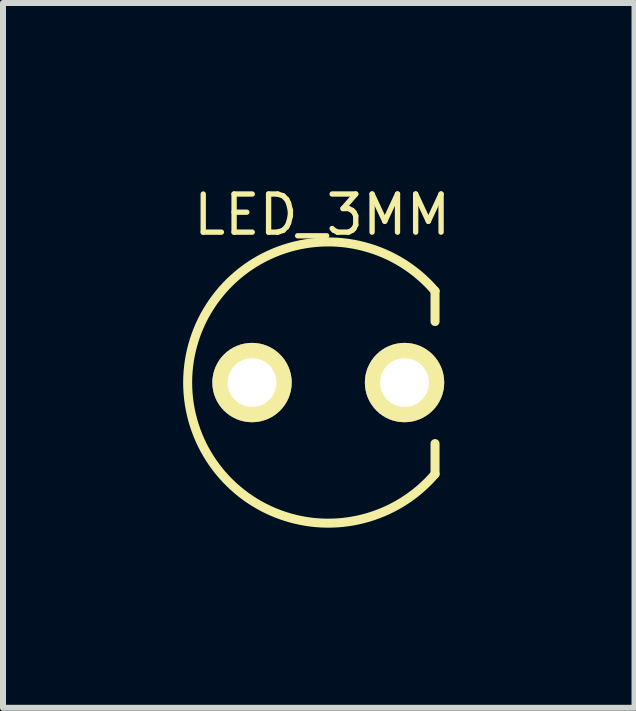
<source format=kicad_pcb>
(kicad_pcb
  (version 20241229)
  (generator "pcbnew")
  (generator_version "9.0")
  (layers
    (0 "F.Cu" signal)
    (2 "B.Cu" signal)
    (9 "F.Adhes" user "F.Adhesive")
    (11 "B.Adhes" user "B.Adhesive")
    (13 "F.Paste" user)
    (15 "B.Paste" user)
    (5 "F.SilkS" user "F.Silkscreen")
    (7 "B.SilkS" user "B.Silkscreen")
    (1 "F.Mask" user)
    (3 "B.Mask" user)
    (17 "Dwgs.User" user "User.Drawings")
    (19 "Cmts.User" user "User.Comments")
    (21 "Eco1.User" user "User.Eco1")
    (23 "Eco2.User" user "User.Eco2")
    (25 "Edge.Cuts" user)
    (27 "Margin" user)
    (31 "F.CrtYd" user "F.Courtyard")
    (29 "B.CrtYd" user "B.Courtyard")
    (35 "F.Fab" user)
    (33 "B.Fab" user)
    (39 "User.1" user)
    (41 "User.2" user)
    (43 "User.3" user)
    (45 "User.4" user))
  (footprint "LED_3MM"
    (layer "F.Cu")
    (at 2.417 3.321)
    (property "Reference" "LED_3MM" (at -0.102 -2.794 180) (layer "F.SilkS") (effects (font (size 0.635 0.635) (thickness 0.089))))
    (attr exclude_from_pos_files exclude_from_bom)
    (fp_line (start 1.778 -1.524) (end 1.778 -1.016) (stroke (width 0.15) (type solid)) (layer "F.SilkS"))
    (fp_line (start 1.778 1.524) (end 1.778 1.016) (stroke (width 0.15) (type solid)) (layer "F.SilkS"))
    (fp_arc (start 1.778 1.524) (mid -2.341764 0) (end 1.778 -1.524) (stroke (width 0.15) (type solid)) (layer "F.SilkS"))
    (pad "A" thru_hole circle (at -1.27 0) (size 1.321 1.321) (drill 0.813) (layers "*.Cu" "F.Mask" "F.SilkS" "F.Paste"))
    (pad "K" thru_hole circle (at 1.27 0) (size 1.321 1.321) (drill 0.813) (layers "*.Cu" "F.Mask" "F.SilkS" "F.Paste")))
  (gr_rect
    (start -3 -3)
    (end 7.517 8.738)
    (stroke (width 0.1) (type default))
    (fill no)
    (layer "Edge.Cuts")))
</source>
